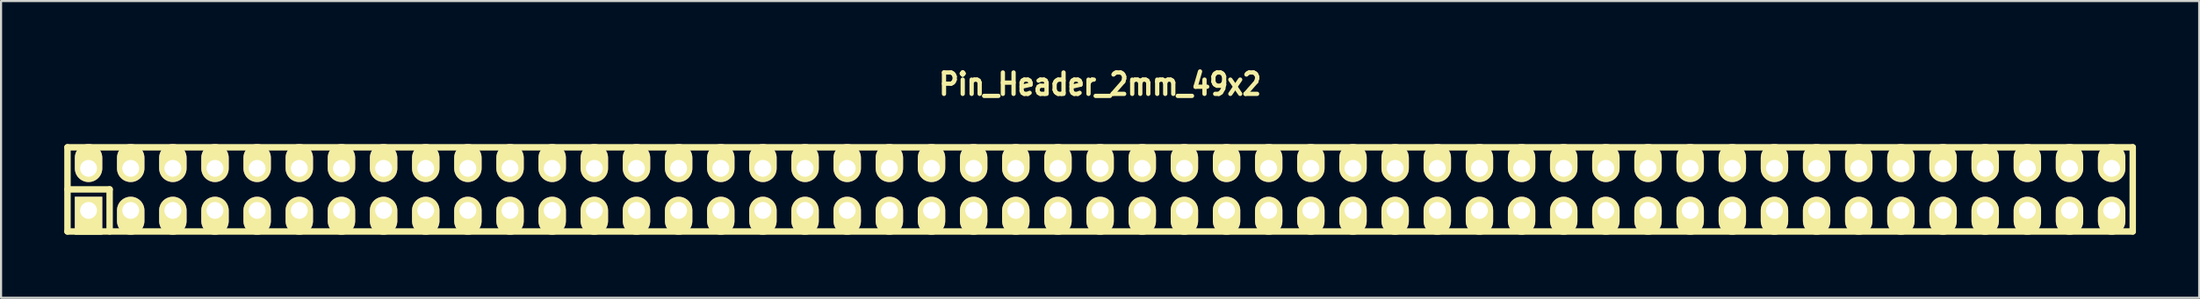
<source format=kicad_pcb>
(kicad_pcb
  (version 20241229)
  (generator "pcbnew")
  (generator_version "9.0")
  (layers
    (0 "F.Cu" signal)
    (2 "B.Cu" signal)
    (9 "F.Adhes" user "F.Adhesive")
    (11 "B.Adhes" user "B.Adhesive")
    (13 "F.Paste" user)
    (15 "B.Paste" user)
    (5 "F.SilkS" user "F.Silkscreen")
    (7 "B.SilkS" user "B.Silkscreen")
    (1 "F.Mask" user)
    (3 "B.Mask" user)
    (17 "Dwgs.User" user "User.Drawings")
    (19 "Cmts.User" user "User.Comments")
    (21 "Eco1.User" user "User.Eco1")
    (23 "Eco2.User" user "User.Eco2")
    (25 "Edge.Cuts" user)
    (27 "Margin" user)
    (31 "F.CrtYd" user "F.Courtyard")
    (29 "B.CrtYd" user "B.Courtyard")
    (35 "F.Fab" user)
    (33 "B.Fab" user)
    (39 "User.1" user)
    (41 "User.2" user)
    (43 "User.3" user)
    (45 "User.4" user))
  (footprint "Pin_Header_2mm_49x2"
    (layer "F.Cu")
    (at 49.152 5.951)
    (property "Reference" "Pin_Header_2mm_49x2" (at 0 -5 0) (layer "F.SilkS") (effects (font (size 1.016 0.889) (thickness 0.203))))
    (attr through_hole)
    (fp_line (start -49 -2) (end 49 -2) (stroke (width 0.305) (type solid)) (layer "F.SilkS"))
    (fp_line (start -49 0) (end -47 0) (stroke (width 0.305) (type solid)) (layer "F.SilkS"))
    (fp_line (start -49 2) (end -49 -2) (stroke (width 0.305) (type solid)) (layer "F.SilkS"))
    (fp_line (start -47 0) (end -47 2) (stroke (width 0.305) (type solid)) (layer "F.SilkS"))
    (fp_line (start 49 -2) (end 49 2) (stroke (width 0.305) (type solid)) (layer "F.SilkS"))
    (fp_line (start 49 2) (end -49 2) (stroke (width 0.305) (type solid)) (layer "F.SilkS"))
    (pad "1" thru_hole rect (at -48 1) (size 1.3 1.8) (drill 0.8 (offset 0 0.25)) (layers "*.Cu" "*.Mask" "F.SilkS"))
    (pad "2" thru_hole oval (at -48 -1) (size 1.3 1.8) (drill 0.8 (offset 0 -0.25)) (layers "*.Cu" "*.Mask" "F.SilkS"))
    (pad "3" thru_hole oval (at -46 1) (size 1.3 1.8) (drill 0.8 (offset 0 0.25)) (layers "*.Cu" "*.Mask" "F.SilkS"))
    (pad "4" thru_hole oval (at -46 -1) (size 1.3 1.8) (drill 0.8 (offset 0 -0.25)) (layers "*.Cu" "*.Mask" "F.SilkS"))
    (pad "5" thru_hole oval (at -44 1) (size 1.3 1.8) (drill 0.8 (offset 0 0.25)) (layers "*.Cu" "*.Mask" "F.SilkS"))
    (pad "6" thru_hole oval (at -44 -1) (size 1.3 1.8) (drill 0.8 (offset 0 -0.25)) (layers "*.Cu" "*.Mask" "F.SilkS"))
    (pad "7" thru_hole oval (at -42 1) (size 1.3 1.8) (drill 0.8 (offset 0 0.25)) (layers "*.Cu" "*.Mask" "F.SilkS"))
    (pad "8" thru_hole oval (at -42 -1) (size 1.3 1.8) (drill 0.8 (offset 0 -0.25)) (layers "*.Cu" "*.Mask" "F.SilkS"))
    (pad "9" thru_hole oval (at -40 1) (size 1.3 1.8) (drill 0.8 (offset 0 0.25)) (layers "*.Cu" "*.Mask" "F.SilkS"))
    (pad "10" thru_hole oval (at -40 -1) (size 1.3 1.8) (drill 0.8 (offset 0 -0.25)) (layers "*.Cu" "*.Mask" "F.SilkS"))
    (pad "11" thru_hole oval (at -38 1) (size 1.3 1.8) (drill 0.8 (offset 0 0.25)) (layers "*.Cu" "*.Mask" "F.SilkS"))
    (pad "12" thru_hole oval (at -38 -1) (size 1.3 1.8) (drill 0.8 (offset 0 -0.25)) (layers "*.Cu" "*.Mask" "F.SilkS"))
    (pad "13" thru_hole oval (at -36 1) (size 1.3 1.8) (drill 0.8 (offset 0 0.25)) (layers "*.Cu" "*.Mask" "F.SilkS"))
    (pad "14" thru_hole oval (at -36 -1) (size 1.3 1.8) (drill 0.8 (offset 0 -0.25)) (layers "*.Cu" "*.Mask" "F.SilkS"))
    (pad "15" thru_hole oval (at -34 1) (size 1.3 1.8) (drill 0.8 (offset 0 0.25)) (layers "*.Cu" "*.Mask" "F.SilkS"))
    (pad "16" thru_hole oval (at -34 -1) (size 1.3 1.8) (drill 0.8 (offset 0 -0.25)) (layers "*.Cu" "*.Mask" "F.SilkS"))
    (pad "17" thru_hole oval (at -32 1) (size 1.3 1.8) (drill 0.8 (offset 0 0.25)) (layers "*.Cu" "*.Mask" "F.SilkS"))
    (pad "18" thru_hole oval (at -32 -1) (size 1.3 1.8) (drill 0.8 (offset 0 -0.25)) (layers "*.Cu" "*.Mask" "F.SilkS"))
    (pad "19" thru_hole oval (at -30 1) (size 1.3 1.8) (drill 0.8 (offset 0 0.25)) (layers "*.Cu" "*.Mask" "F.SilkS"))
    (pad "20" thru_hole oval (at -30 -1) (size 1.3 1.8) (drill 0.8 (offset 0 -0.25)) (layers "*.Cu" "*.Mask" "F.SilkS"))
    (pad "21" thru_hole oval (at -28 1) (size 1.3 1.8) (drill 0.8 (offset 0 0.25)) (layers "*.Cu" "*.Mask" "F.SilkS"))
    (pad "22" thru_hole oval (at -28 -1) (size 1.3 1.8) (drill 0.8 (offset 0 -0.25)) (layers "*.Cu" "*.Mask" "F.SilkS"))
    (pad "23" thru_hole oval (at -26 1) (size 1.3 1.8) (drill 0.8 (offset 0 0.25)) (layers "*.Cu" "*.Mask" "F.SilkS"))
    (pad "24" thru_hole oval (at -26 -1) (size 1.3 1.8) (drill 0.8 (offset 0 -0.25)) (layers "*.Cu" "*.Mask" "F.SilkS"))
    (pad "25" thru_hole oval (at -24 1) (size 1.3 1.8) (drill 0.8 (offset 0 0.25)) (layers "*.Cu" "*.Mask" "F.SilkS"))
    (pad "26" thru_hole oval (at -24 -1) (size 1.3 1.8) (drill 0.8 (offset 0 -0.25)) (layers "*.Cu" "*.Mask" "F.SilkS"))
    (pad "27" thru_hole oval (at -22 1) (size 1.3 1.8) (drill 0.8 (offset 0 0.25)) (layers "*.Cu" "*.Mask" "F.SilkS"))
    (pad "28" thru_hole oval (at -22 -1) (size 1.3 1.8) (drill 0.8 (offset 0 -0.25)) (layers "*.Cu" "*.Mask" "F.SilkS"))
    (pad "29" thru_hole oval (at -20 1) (size 1.3 1.8) (drill 0.8 (offset 0 0.25)) (layers "*.Cu" "*.Mask" "F.SilkS"))
    (pad "30" thru_hole oval (at -20 -1) (size 1.3 1.8) (drill 0.8 (offset 0 -0.25)) (layers "*.Cu" "*.Mask" "F.SilkS"))
    (pad "31" thru_hole oval (at -18 1) (size 1.3 1.8) (drill 0.8 (offset 0 0.25)) (layers "*.Cu" "*.Mask" "F.SilkS"))
    (pad "32" thru_hole oval (at -18 -1) (size 1.3 1.8) (drill 0.8 (offset 0 -0.25)) (layers "*.Cu" "*.Mask" "F.SilkS"))
    (pad "33" thru_hole oval (at -16 1) (size 1.3 1.8) (drill 0.8 (offset 0 0.25)) (layers "*.Cu" "*.Mask" "F.SilkS"))
    (pad "34" thru_hole oval (at -16 -1) (size 1.3 1.8) (drill 0.8 (offset 0 -0.25)) (layers "*.Cu" "*.Mask" "F.SilkS"))
    (pad "35" thru_hole oval (at -14 1) (size 1.3 1.8) (drill 0.8 (offset 0 0.25)) (layers "*.Cu" "*.Mask" "F.SilkS"))
    (pad "36" thru_hole oval (at -14 -1) (size 1.3 1.8) (drill 0.8 (offset 0 -0.25)) (layers "*.Cu" "*.Mask" "F.SilkS"))
    (pad "37" thru_hole oval (at -12 1) (size 1.3 1.8) (drill 0.8 (offset 0 0.25)) (layers "*.Cu" "*.Mask" "F.SilkS"))
    (pad "38" thru_hole oval (at -12 -1) (size 1.3 1.8) (drill 0.8 (offset 0 -0.25)) (layers "*.Cu" "*.Mask" "F.SilkS"))
    (pad "39" thru_hole oval (at -10 1) (size 1.3 1.8) (drill 0.8 (offset 0 0.25)) (layers "*.Cu" "*.Mask" "F.SilkS"))
    (pad "40" thru_hole oval (at -10 -1) (size 1.3 1.8) (drill 0.8 (offset 0 -0.25)) (layers "*.Cu" "*.Mask" "F.SilkS"))
    (pad "41" thru_hole oval (at -8 1) (size 1.3 1.8) (drill 0.8 (offset 0 0.25)) (layers "*.Cu" "*.Mask" "F.SilkS"))
    (pad "42" thru_hole oval (at -8 -1) (size 1.3 1.8) (drill 0.8 (offset 0 -0.25)) (layers "*.Cu" "*.Mask" "F.SilkS"))
    (pad "43" thru_hole oval (at -6 1) (size 1.3 1.8) (drill 0.8 (offset 0 0.25)) (layers "*.Cu" "*.Mask" "F.SilkS"))
    (pad "44" thru_hole oval (at -6 -1) (size 1.3 1.8) (drill 0.8 (offset 0 -0.25)) (layers "*.Cu" "*.Mask" "F.SilkS"))
    (pad "45" thru_hole oval (at -4 1) (size 1.3 1.8) (drill 0.8 (offset 0 0.25)) (layers "*.Cu" "*.Mask" "F.SilkS"))
    (pad "46" thru_hole oval (at -4 -1) (size 1.3 1.8) (drill 0.8 (offset 0 -0.25)) (layers "*.Cu" "*.Mask" "F.SilkS"))
    (pad "47" thru_hole oval (at -2 1) (size 1.3 1.8) (drill 0.8 (offset 0 0.25)) (layers "*.Cu" "*.Mask" "F.SilkS"))
    (pad "48" thru_hole oval (at -2 -1) (size 1.3 1.8) (drill 0.8 (offset 0 -0.25)) (layers "*.Cu" "*.Mask" "F.SilkS"))
    (pad "49" thru_hole oval (at 0 1) (size 1.3 1.8) (drill 0.8 (offset 0 0.25)) (layers "*.Cu" "*.Mask" "F.SilkS"))
    (pad "50" thru_hole oval (at 0 -1) (size 1.3 1.8) (drill 0.8 (offset 0 -0.25)) (layers "*.Cu" "*.Mask" "F.SilkS"))
    (pad "51" thru_hole oval (at 2 1) (size 1.3 1.8) (drill 0.8 (offset 0 0.25)) (layers "*.Cu" "*.Mask" "F.SilkS"))
    (pad "52" thru_hole oval (at 2 -1) (size 1.3 1.8) (drill 0.8 (offset 0 -0.25)) (layers "*.Cu" "*.Mask" "F.SilkS"))
    (pad "53" thru_hole oval (at 4 1) (size 1.3 1.8) (drill 0.8 (offset 0 0.25)) (layers "*.Cu" "*.Mask" "F.SilkS"))
    (pad "54" thru_hole oval (at 4 -1) (size 1.3 1.8) (drill 0.8 (offset 0 -0.25)) (layers "*.Cu" "*.Mask" "F.SilkS"))
    (pad "55" thru_hole oval (at 6 1) (size 1.3 1.8) (drill 0.8 (offset 0 0.25)) (layers "*.Cu" "*.Mask" "F.SilkS"))
    (pad "56" thru_hole oval (at 6 -1) (size 1.3 1.8) (drill 0.8 (offset 0 -0.25)) (layers "*.Cu" "*.Mask" "F.SilkS"))
    (pad "57" thru_hole oval (at 8 1) (size 1.3 1.8) (drill 0.8 (offset 0 0.25)) (layers "*.Cu" "*.Mask" "F.SilkS"))
    (pad "58" thru_hole oval (at 8 -1) (size 1.3 1.8) (drill 0.8 (offset 0 -0.25)) (layers "*.Cu" "*.Mask" "F.SilkS"))
    (pad "59" thru_hole oval (at 10 1) (size 1.3 1.8) (drill 0.8 (offset 0 0.25)) (layers "*.Cu" "*.Mask" "F.SilkS"))
    (pad "60" thru_hole oval (at 10 -1) (size 1.3 1.8) (drill 0.8 (offset 0 -0.25)) (layers "*.Cu" "*.Mask" "F.SilkS"))
    (pad "61" thru_hole oval (at 12 1) (size 1.3 1.8) (drill 0.8 (offset 0 0.25)) (layers "*.Cu" "*.Mask" "F.SilkS"))
    (pad "62" thru_hole oval (at 12 -1) (size 1.3 1.8) (drill 0.8 (offset 0 -0.25)) (layers "*.Cu" "*.Mask" "F.SilkS"))
    (pad "63" thru_hole oval (at 14 1) (size 1.3 1.8) (drill 0.8 (offset 0 0.25)) (layers "*.Cu" "*.Mask" "F.SilkS"))
    (pad "64" thru_hole oval (at 14 -1) (size 1.3 1.8) (drill 0.8 (offset 0 -0.25)) (layers "*.Cu" "*.Mask" "F.SilkS"))
    (pad "65" thru_hole oval (at 16 1) (size 1.3 1.8) (drill 0.8 (offset 0 0.25)) (layers "*.Cu" "*.Mask" "F.SilkS"))
    (pad "66" thru_hole oval (at 16 -1) (size 1.3 1.8) (drill 0.8 (offset 0 -0.25)) (layers "*.Cu" "*.Mask" "F.SilkS"))
    (pad "67" thru_hole oval (at 18 1) (size 1.3 1.8) (drill 0.8 (offset 0 0.25)) (layers "*.Cu" "*.Mask" "F.SilkS"))
    (pad "68" thru_hole oval (at 18 -1) (size 1.3 1.8) (drill 0.8 (offset 0 -0.25)) (layers "*.Cu" "*.Mask" "F.SilkS"))
    (pad "69" thru_hole oval (at 20 1) (size 1.3 1.8) (drill 0.8 (offset 0 0.25)) (layers "*.Cu" "*.Mask" "F.SilkS"))
    (pad "70" thru_hole oval (at 20 -1) (size 1.3 1.8) (drill 0.8 (offset 0 -0.25)) (layers "*.Cu" "*.Mask" "F.SilkS"))
    (pad "71" thru_hole oval (at 22 1) (size 1.3 1.8) (drill 0.8 (offset 0 0.25)) (layers "*.Cu" "*.Mask" "F.SilkS"))
    (pad "72" thru_hole oval (at 22 -1) (size 1.3 1.8) (drill 0.8 (offset 0 -0.25)) (layers "*.Cu" "*.Mask" "F.SilkS"))
    (pad "73" thru_hole oval (at 24 1) (size 1.3 1.8) (drill 0.8 (offset 0 0.25)) (layers "*.Cu" "*.Mask" "F.SilkS"))
    (pad "74" thru_hole oval (at 24 -1) (size 1.3 1.8) (drill 0.8 (offset 0 -0.25)) (layers "*.Cu" "*.Mask" "F.SilkS"))
    (pad "75" thru_hole oval (at 26 1) (size 1.3 1.8) (drill 0.8 (offset 0 0.25)) (layers "*.Cu" "*.Mask" "F.SilkS"))
    (pad "76" thru_hole oval (at 26 -1) (size 1.3 1.8) (drill 0.8 (offset 0 -0.25)) (layers "*.Cu" "*.Mask" "F.SilkS"))
    (pad "77" thru_hole oval (at 28 1) (size 1.3 1.8) (drill 0.8 (offset 0 0.25)) (layers "*.Cu" "*.Mask" "F.SilkS"))
    (pad "78" thru_hole oval (at 28 -1) (size 1.3 1.8) (drill 0.8 (offset 0 -0.25)) (layers "*.Cu" "*.Mask" "F.SilkS"))
    (pad "79" thru_hole oval (at 30 1) (size 1.3 1.8) (drill 0.8 (offset 0 0.25)) (layers "*.Cu" "*.Mask" "F.SilkS"))
    (pad "80" thru_hole oval (at 30 -1) (size 1.3 1.8) (drill 0.8 (offset 0 -0.25)) (layers "*.Cu" "*.Mask" "F.SilkS"))
    (pad "81" thru_hole oval (at 32 1) (size 1.3 1.8) (drill 0.8 (offset 0 0.25)) (layers "*.Cu" "*.Mask" "F.SilkS"))
    (pad "82" thru_hole oval (at 32 -1) (size 1.3 1.8) (drill 0.8 (offset 0 -0.25)) (layers "*.Cu" "*.Mask" "F.SilkS"))
    (pad "83" thru_hole oval (at 34 1) (size 1.3 1.8) (drill 0.8 (offset 0 0.25)) (layers "*.Cu" "*.Mask" "F.SilkS"))
    (pad "84" thru_hole oval (at 34 -1) (size 1.3 1.8) (drill 0.8 (offset 0 -0.25)) (layers "*.Cu" "*.Mask" "F.SilkS"))
    (pad "85" thru_hole oval (at 36 1) (size 1.3 1.8) (drill 0.8 (offset 0 0.25)) (layers "*.Cu" "*.Mask" "F.SilkS"))
    (pad "86" thru_hole oval (at 36 -1) (size 1.3 1.8) (drill 0.8 (offset 0 -0.25)) (layers "*.Cu" "*.Mask" "F.SilkS"))
    (pad "87" thru_hole oval (at 38 1) (size 1.3 1.8) (drill 0.8 (offset 0 0.25)) (layers "*.Cu" "*.Mask" "F.SilkS"))
    (pad "88" thru_hole oval (at 38 -1) (size 1.3 1.8) (drill 0.8 (offset 0 -0.25)) (layers "*.Cu" "*.Mask" "F.SilkS"))
    (pad "89" thru_hole oval (at 40 1) (size 1.3 1.8) (drill 0.8 (offset 0 0.25)) (layers "*.Cu" "*.Mask" "F.SilkS"))
    (pad "90" thru_hole oval (at 40 -1) (size 1.3 1.8) (drill 0.8 (offset 0 -0.25)) (layers "*.Cu" "*.Mask" "F.SilkS"))
    (pad "91" thru_hole oval (at 42 1) (size 1.3 1.8) (drill 0.8 (offset 0 0.25)) (layers "*.Cu" "*.Mask" "F.SilkS"))
    (pad "92" thru_hole oval (at 42 -1) (size 1.3 1.8) (drill 0.8 (offset 0 -0.25)) (layers "*.Cu" "*.Mask" "F.SilkS"))
    (pad "93" thru_hole oval (at 44 1) (size 1.3 1.8) (drill 0.8 (offset 0 0.25)) (layers "*.Cu" "*.Mask" "F.SilkS"))
    (pad "94" thru_hole oval (at 44 -1) (size 1.3 1.8) (drill 0.8 (offset 0 -0.25)) (layers "*.Cu" "*.Mask" "F.SilkS"))
    (pad "95" thru_hole oval (at 46 1) (size 1.3 1.8) (drill 0.8 (offset 0 0.25)) (layers "*.Cu" "*.Mask" "F.SilkS"))
    (pad "96" thru_hole oval (at 46 -1) (size 1.3 1.8) (drill 0.8 (offset 0 -0.25)) (layers "*.Cu" "*.Mask" "F.SilkS"))
    (pad "97" thru_hole oval (at 48 1) (size 1.3 1.8) (drill 0.8 (offset 0 0.25)) (layers "*.Cu" "*.Mask" "F.SilkS"))
    (pad "98" thru_hole oval (at 48 -1) (size 1.3 1.8) (drill 0.8 (offset 0 -0.25)) (layers "*.Cu" "*.Mask" "F.SilkS")))
  (gr_rect
    (start -3 -3)
    (end 101.305 11.103)
    (stroke (width 0.1) (type default))
    (fill no)
    (layer "Edge.Cuts")))
</source>
